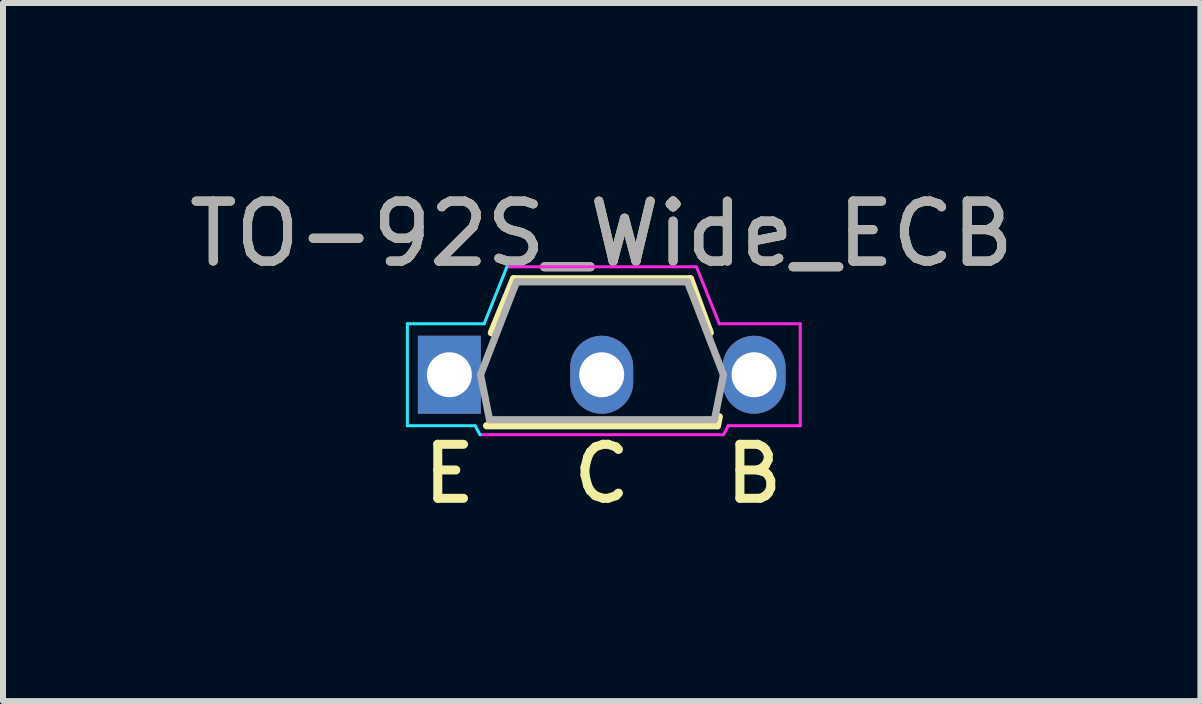
<source format=kicad_pcb>
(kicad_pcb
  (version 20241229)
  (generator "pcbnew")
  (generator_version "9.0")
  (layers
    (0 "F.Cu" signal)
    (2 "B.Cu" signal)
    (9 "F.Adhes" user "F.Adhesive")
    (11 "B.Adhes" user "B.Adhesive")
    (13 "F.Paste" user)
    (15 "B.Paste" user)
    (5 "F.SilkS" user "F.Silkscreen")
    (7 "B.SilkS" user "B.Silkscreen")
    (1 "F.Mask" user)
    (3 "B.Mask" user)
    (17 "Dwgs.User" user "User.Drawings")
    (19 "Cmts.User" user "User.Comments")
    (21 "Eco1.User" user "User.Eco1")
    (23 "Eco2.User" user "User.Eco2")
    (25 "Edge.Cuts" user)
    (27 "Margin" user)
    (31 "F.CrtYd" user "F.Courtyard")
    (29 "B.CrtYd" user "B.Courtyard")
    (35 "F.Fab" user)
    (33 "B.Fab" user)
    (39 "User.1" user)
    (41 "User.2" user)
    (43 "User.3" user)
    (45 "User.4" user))
  (footprint "TO-92S_Wide_ECB"
    (layer "F.Cu")
    (at 4.442 3.198)
    (property "Reference" "TO-92S_Wide_ECB" (at 2.54 -2.35 0) (layer "F.SilkS") (effects (font (size 1 1) (thickness 0.15))))
    (fp_line (start 0.62 0.85) (end 4.47 0.85) (stroke (width 0.12) (type solid)) (layer "F.SilkS"))
    (fp_line (start 1.07 -1.6) (end 0.7 -0.7) (stroke (width 0.12) (type solid)) (layer "F.SilkS"))
    (fp_line (start 4.02 -1.6) (end 1.07 -1.6) (stroke (width 0.12) (type solid)) (layer "F.SilkS"))
    (fp_line (start 4.35 -0.7) (end 4.02 -1.6) (stroke (width 0.12) (type solid)) (layer "F.SilkS"))
    (fp_line (start 4.47 0.85) (end 4.5 0.7) (stroke (width 0.12) (type solid)) (layer "F.SilkS"))
    (fp_line (start -0.7 -0.85) (end -0.7 0.85) (stroke (width 0.05) (type solid)) (layer "B.CrtYd"))
    (fp_line (start -0.7 0.85) (end 0.43 0.85) (stroke (width 0.05) (type solid)) (layer "B.CrtYd"))
    (fp_line (start 0.51 1) (end 0.43 0.85) (stroke (width 0.05) (type solid)) (layer "B.CrtYd"))
    (fp_line (start 0.58 -0.85) (end -0.7 -0.85) (stroke (width 0.05) (type solid)) (layer "B.CrtYd"))
    (fp_line (start 0.58 -0.85) (end 0.96 -1.8) (stroke (width 0.05) (type solid)) (layer "B.CrtYd"))
    (fp_line (start 0.52 1) (end 4.57 1) (stroke (width 0.05) (type solid)) (layer "F.CrtYd"))
    (fp_line (start 4.12 -1.8) (end 0.97 -1.8) (stroke (width 0.05) (type solid)) (layer "F.CrtYd"))
    (fp_line (start 4.5 -0.85) (end 4.12 -1.8) (stroke (width 0.05) (type solid)) (layer "F.CrtYd"))
    (fp_line (start 4.5 -0.85) (end 5.85 -0.85) (stroke (width 0.05) (type solid)) (layer "F.CrtYd"))
    (fp_line (start 4.57 1) (end 4.65 0.85) (stroke (width 0.05) (type solid)) (layer "F.CrtYd"))
    (fp_line (start 5.85 -0.85) (end 5.85 0.85) (stroke (width 0.05) (type solid)) (layer "F.CrtYd"))
    (fp_line (start 5.85 0.85) (end 4.65 0.85) (stroke (width 0.05) (type solid)) (layer "F.CrtYd"))
    (fp_line (start 0.52 0) (end 1.12 -1.55) (stroke (width 0.12) (type solid)) (layer "F.Fab"))
    (fp_line (start 0.67 0.75) (end 0.52 0) (stroke (width 0.12) (type solid)) (layer "F.Fab"))
    (fp_line (start 0.67 0.75) (end 4.42 0.75) (stroke (width 0.12) (type solid)) (layer "F.Fab"))
    (fp_line (start 1.12 -1.55) (end 3.97 -1.55) (stroke (width 0.12) (type solid)) (layer "F.Fab"))
    (fp_line (start 4.42 0.75) (end 4.57 0) (stroke (width 0.12) (type solid)) (layer "F.Fab"))
    (fp_line (start 4.57 0) (end 3.97 -1.55) (stroke (width 0.12) (type solid)) (layer "F.Fab"))
    (fp_text user "B" (at 5.08 1.651 0) (unlocked yes) (layer "F.SilkS") (effects (font (size 0.9 0.9) (thickness 0.15))))
    (fp_text user "E" (at 0 1.651 0) (unlocked yes) (layer "F.SilkS") (effects (font (size 0.9 0.9) (thickness 0.15))))
    (fp_text user "C" (at 2.54 1.651 0) (unlocked yes) (layer "F.SilkS") (effects (font (size 0.9 0.9) (thickness 0.15))))
    (fp_text user "${REFERENCE}" (at 2.54 -2.35 0) (layer "F.Fab") (effects (font (size 1 1) (thickness 0.15))))
    (pad "1" thru_hole rect (at 0 0 180) (size 1.05 1.3) (drill 0.75) (layers "*.Cu" "*.Mask"))
    (pad "2" thru_hole oval (at 2.54 0 180) (size 1.05 1.3) (drill 0.75) (layers "*.Cu" "*.Mask"))
    (pad "3" thru_hole oval (at 5.08 0 180) (size 1.05 1.3) (drill 0.75) (layers "*.Cu" "*.Mask")))
  (gr_rect
    (start -3 -3)
    (end 16.964 8.639)
    (stroke (width 0.1) (type default))
    (fill no)
    (layer "Edge.Cuts")))
</source>
